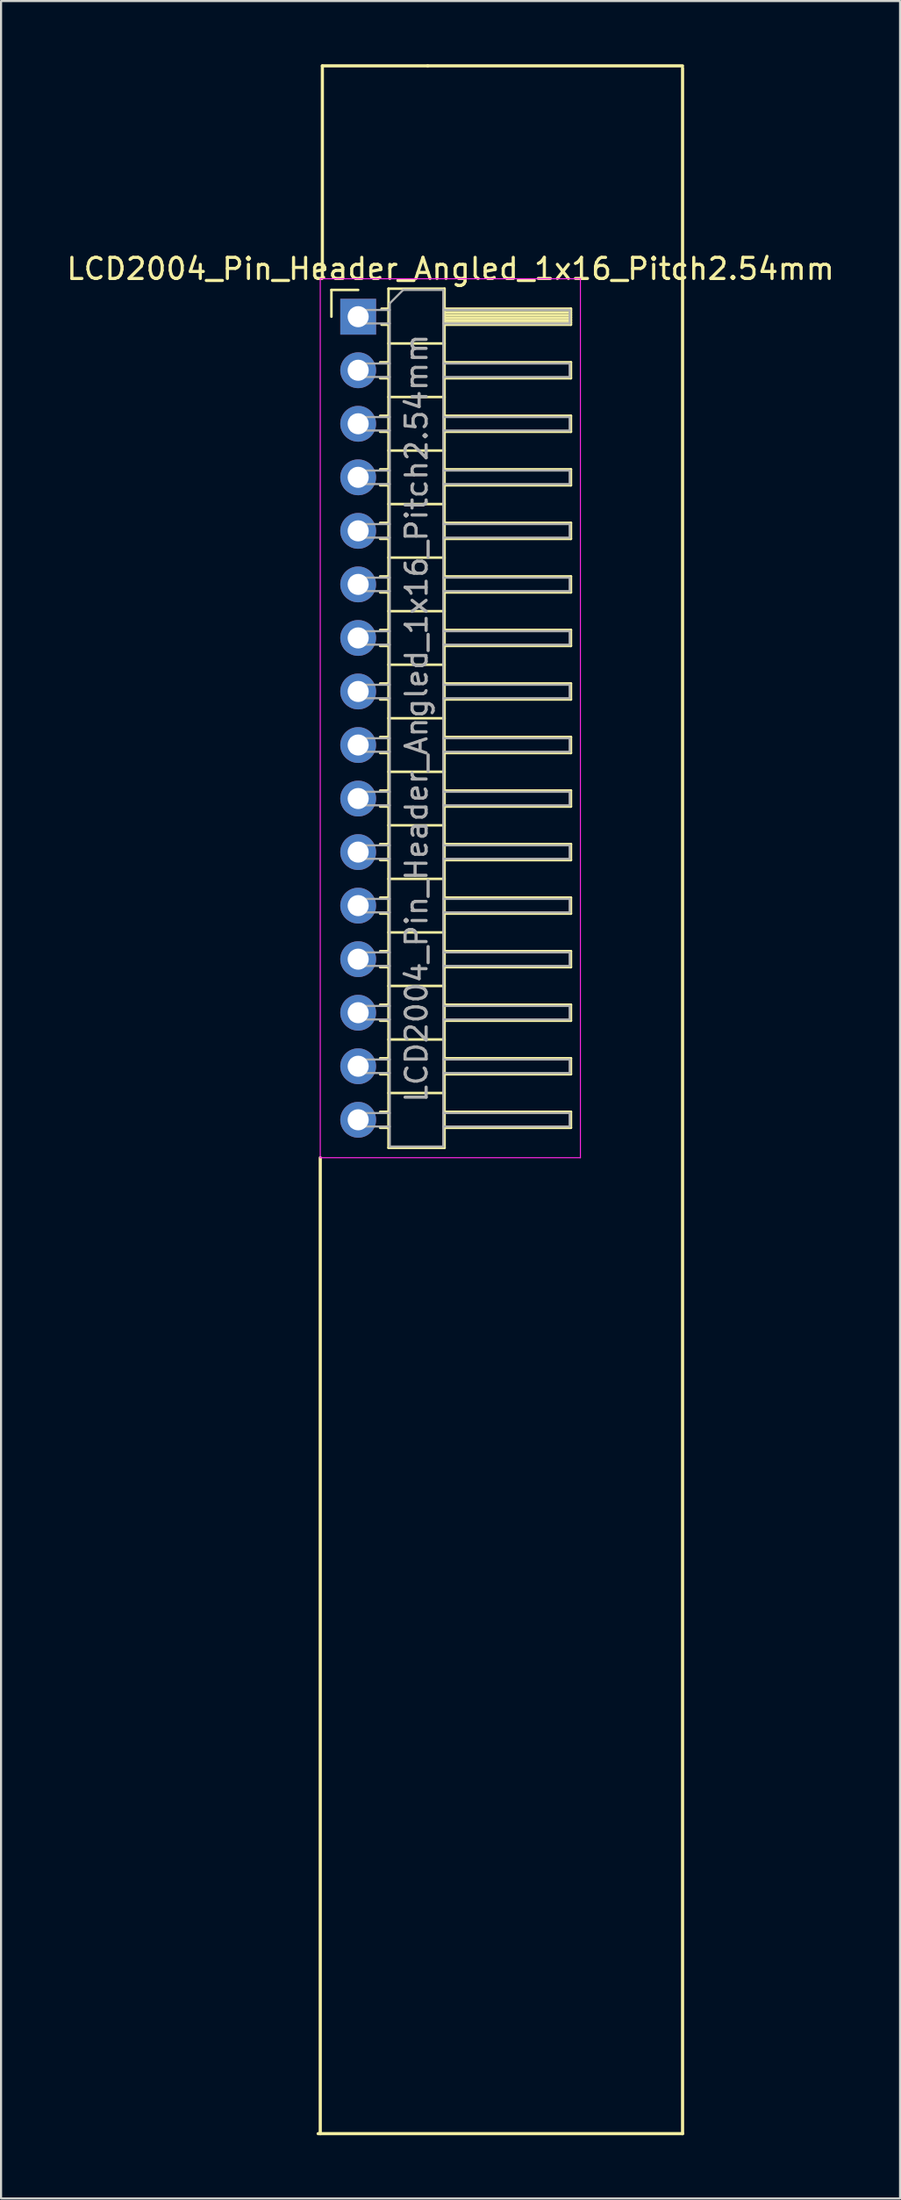
<source format=kicad_pcb>
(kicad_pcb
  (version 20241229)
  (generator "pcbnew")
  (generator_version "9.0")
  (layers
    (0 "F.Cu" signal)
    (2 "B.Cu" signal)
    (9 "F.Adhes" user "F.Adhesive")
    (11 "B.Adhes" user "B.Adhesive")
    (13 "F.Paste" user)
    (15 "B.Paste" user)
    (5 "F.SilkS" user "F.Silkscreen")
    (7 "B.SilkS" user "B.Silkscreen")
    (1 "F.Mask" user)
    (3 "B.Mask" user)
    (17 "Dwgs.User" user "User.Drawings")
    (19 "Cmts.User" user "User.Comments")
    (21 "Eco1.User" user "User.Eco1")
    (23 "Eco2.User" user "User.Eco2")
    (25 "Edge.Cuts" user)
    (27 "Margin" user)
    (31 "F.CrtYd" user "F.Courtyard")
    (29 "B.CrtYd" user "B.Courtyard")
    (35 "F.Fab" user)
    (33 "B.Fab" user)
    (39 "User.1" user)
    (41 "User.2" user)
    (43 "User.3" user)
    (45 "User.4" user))
  (footprint "LCD2004_Pin_Header_Angled_1x16_Pitch2.54mm"
    (layer "F.Cu")
    (at 13.954 11.975)
    (property "Reference" "LCD2004_Pin_Header_Angled_1x16_Pitch2.54mm" (at 4.385 -2.27 0) (layer "F.SilkS") (effects (font (size 1 1) (thickness 0.15))))
    (attr through_hole)
    (fp_line (start -1.8 86.2) (end -1.8 39.9) (stroke (width 0.15) (type solid)) (layer "F.SilkS"))
    (fp_line (start -1.7 -11.9) (end 3.3 -11.9) (stroke (width 0.15) (type solid)) (layer "F.SilkS"))
    (fp_line (start -1.7 -1.9) (end -1.7 -11.9) (stroke (width 0.15) (type solid)) (layer "F.SilkS"))
    (fp_line (start -1.27 -1.27) (end 0 -1.27) (stroke (width 0.12) (type solid)) (layer "F.SilkS"))
    (fp_line (start -1.27 0) (end -1.27 -1.27) (stroke (width 0.12) (type solid)) (layer "F.SilkS"))
    (fp_line (start 1.043 2.16) (end 1.44 2.16) (stroke (width 0.12) (type solid)) (layer "F.SilkS"))
    (fp_line (start 1.043 2.92) (end 1.44 2.92) (stroke (width 0.12) (type solid)) (layer "F.SilkS"))
    (fp_line (start 1.043 4.7) (end 1.44 4.7) (stroke (width 0.12) (type solid)) (layer "F.SilkS"))
    (fp_line (start 1.043 5.46) (end 1.44 5.46) (stroke (width 0.12) (type solid)) (layer "F.SilkS"))
    (fp_line (start 1.043 7.24) (end 1.44 7.24) (stroke (width 0.12) (type solid)) (layer "F.SilkS"))
    (fp_line (start 1.043 8) (end 1.44 8) (stroke (width 0.12) (type solid)) (layer "F.SilkS"))
    (fp_line (start 1.043 9.78) (end 1.44 9.78) (stroke (width 0.12) (type solid)) (layer "F.SilkS"))
    (fp_line (start 1.043 10.54) (end 1.44 10.54) (stroke (width 0.12) (type solid)) (layer "F.SilkS"))
    (fp_line (start 1.043 12.32) (end 1.44 12.32) (stroke (width 0.12) (type solid)) (layer "F.SilkS"))
    (fp_line (start 1.043 13.08) (end 1.44 13.08) (stroke (width 0.12) (type solid)) (layer "F.SilkS"))
    (fp_line (start 1.043 14.86) (end 1.44 14.86) (stroke (width 0.12) (type solid)) (layer "F.SilkS"))
    (fp_line (start 1.043 15.62) (end 1.44 15.62) (stroke (width 0.12) (type solid)) (layer "F.SilkS"))
    (fp_line (start 1.043 17.4) (end 1.44 17.4) (stroke (width 0.12) (type solid)) (layer "F.SilkS"))
    (fp_line (start 1.043 18.16) (end 1.44 18.16) (stroke (width 0.12) (type solid)) (layer "F.SilkS"))
    (fp_line (start 1.043 19.94) (end 1.44 19.94) (stroke (width 0.12) (type solid)) (layer "F.SilkS"))
    (fp_line (start 1.043 20.7) (end 1.44 20.7) (stroke (width 0.12) (type solid)) (layer "F.SilkS"))
    (fp_line (start 1.043 22.48) (end 1.44 22.48) (stroke (width 0.12) (type solid)) (layer "F.SilkS"))
    (fp_line (start 1.043 23.24) (end 1.44 23.24) (stroke (width 0.12) (type solid)) (layer "F.SilkS"))
    (fp_line (start 1.043 25.02) (end 1.44 25.02) (stroke (width 0.12) (type solid)) (layer "F.SilkS"))
    (fp_line (start 1.043 25.78) (end 1.44 25.78) (stroke (width 0.12) (type solid)) (layer "F.SilkS"))
    (fp_line (start 1.043 27.56) (end 1.44 27.56) (stroke (width 0.12) (type solid)) (layer "F.SilkS"))
    (fp_line (start 1.043 28.32) (end 1.44 28.32) (stroke (width 0.12) (type solid)) (layer "F.SilkS"))
    (fp_line (start 1.043 30.1) (end 1.44 30.1) (stroke (width 0.12) (type solid)) (layer "F.SilkS"))
    (fp_line (start 1.043 30.86) (end 1.44 30.86) (stroke (width 0.12) (type solid)) (layer "F.SilkS"))
    (fp_line (start 1.043 32.64) (end 1.44 32.64) (stroke (width 0.12) (type solid)) (layer "F.SilkS"))
    (fp_line (start 1.043 33.4) (end 1.44 33.4) (stroke (width 0.12) (type solid)) (layer "F.SilkS"))
    (fp_line (start 1.043 35.18) (end 1.44 35.18) (stroke (width 0.12) (type solid)) (layer "F.SilkS"))
    (fp_line (start 1.043 35.94) (end 1.44 35.94) (stroke (width 0.12) (type solid)) (layer "F.SilkS"))
    (fp_line (start 1.043 37.72) (end 1.44 37.72) (stroke (width 0.12) (type solid)) (layer "F.SilkS"))
    (fp_line (start 1.043 38.48) (end 1.44 38.48) (stroke (width 0.12) (type solid)) (layer "F.SilkS"))
    (fp_line (start 1.11 -0.38) (end 1.44 -0.38) (stroke (width 0.12) (type solid)) (layer "F.SilkS"))
    (fp_line (start 1.11 0.38) (end 1.44 0.38) (stroke (width 0.12) (type solid)) (layer "F.SilkS"))
    (fp_line (start 1.44 -1.33) (end 1.44 39.43) (stroke (width 0.12) (type solid)) (layer "F.SilkS"))
    (fp_line (start 1.44 1.27) (end 4.1 1.27) (stroke (width 0.12) (type solid)) (layer "F.SilkS"))
    (fp_line (start 1.44 3.81) (end 4.1 3.81) (stroke (width 0.12) (type solid)) (layer "F.SilkS"))
    (fp_line (start 1.44 6.35) (end 4.1 6.35) (stroke (width 0.12) (type solid)) (layer "F.SilkS"))
    (fp_line (start 1.44 8.89) (end 4.1 8.89) (stroke (width 0.12) (type solid)) (layer "F.SilkS"))
    (fp_line (start 1.44 11.43) (end 4.1 11.43) (stroke (width 0.12) (type solid)) (layer "F.SilkS"))
    (fp_line (start 1.44 13.97) (end 4.1 13.97) (stroke (width 0.12) (type solid)) (layer "F.SilkS"))
    (fp_line (start 1.44 16.51) (end 4.1 16.51) (stroke (width 0.12) (type solid)) (layer "F.SilkS"))
    (fp_line (start 1.44 19.05) (end 4.1 19.05) (stroke (width 0.12) (type solid)) (layer "F.SilkS"))
    (fp_line (start 1.44 21.59) (end 4.1 21.59) (stroke (width 0.12) (type solid)) (layer "F.SilkS"))
    (fp_line (start 1.44 24.13) (end 4.1 24.13) (stroke (width 0.12) (type solid)) (layer "F.SilkS"))
    (fp_line (start 1.44 26.67) (end 4.1 26.67) (stroke (width 0.12) (type solid)) (layer "F.SilkS"))
    (fp_line (start 1.44 29.21) (end 4.1 29.21) (stroke (width 0.12) (type solid)) (layer "F.SilkS"))
    (fp_line (start 1.44 31.75) (end 4.1 31.75) (stroke (width 0.12) (type solid)) (layer "F.SilkS"))
    (fp_line (start 1.44 34.29) (end 4.1 34.29) (stroke (width 0.12) (type solid)) (layer "F.SilkS"))
    (fp_line (start 1.44 36.83) (end 4.1 36.83) (stroke (width 0.12) (type solid)) (layer "F.SilkS"))
    (fp_line (start 1.44 39.43) (end 4.1 39.43) (stroke (width 0.12) (type solid)) (layer "F.SilkS"))
    (fp_line (start 3.3 -11.9) (end 15.4 -11.9) (stroke (width 0.15) (type solid)) (layer "F.SilkS"))
    (fp_line (start 4.1 -1.33) (end 1.44 -1.33) (stroke (width 0.12) (type solid)) (layer "F.SilkS"))
    (fp_line (start 4.1 -0.38) (end 10.1 -0.38) (stroke (width 0.12) (type solid)) (layer "F.SilkS"))
    (fp_line (start 4.1 -0.32) (end 10.1 -0.32) (stroke (width 0.12) (type solid)) (layer "F.SilkS"))
    (fp_line (start 4.1 -0.2) (end 10.1 -0.2) (stroke (width 0.12) (type solid)) (layer "F.SilkS"))
    (fp_line (start 4.1 -0.08) (end 10.1 -0.08) (stroke (width 0.12) (type solid)) (layer "F.SilkS"))
    (fp_line (start 4.1 0.04) (end 10.1 0.04) (stroke (width 0.12) (type solid)) (layer "F.SilkS"))
    (fp_line (start 4.1 0.16) (end 10.1 0.16) (stroke (width 0.12) (type solid)) (layer "F.SilkS"))
    (fp_line (start 4.1 0.28) (end 10.1 0.28) (stroke (width 0.12) (type solid)) (layer "F.SilkS"))
    (fp_line (start 4.1 2.16) (end 10.1 2.16) (stroke (width 0.12) (type solid)) (layer "F.SilkS"))
    (fp_line (start 4.1 4.7) (end 10.1 4.7) (stroke (width 0.12) (type solid)) (layer "F.SilkS"))
    (fp_line (start 4.1 7.24) (end 10.1 7.24) (stroke (width 0.12) (type solid)) (layer "F.SilkS"))
    (fp_line (start 4.1 9.78) (end 10.1 9.78) (stroke (width 0.12) (type solid)) (layer "F.SilkS"))
    (fp_line (start 4.1 12.32) (end 10.1 12.32) (stroke (width 0.12) (type solid)) (layer "F.SilkS"))
    (fp_line (start 4.1 14.86) (end 10.1 14.86) (stroke (width 0.12) (type solid)) (layer "F.SilkS"))
    (fp_line (start 4.1 17.4) (end 10.1 17.4) (stroke (width 0.12) (type solid)) (layer "F.SilkS"))
    (fp_line (start 4.1 19.94) (end 10.1 19.94) (stroke (width 0.12) (type solid)) (layer "F.SilkS"))
    (fp_line (start 4.1 22.48) (end 10.1 22.48) (stroke (width 0.12) (type solid)) (layer "F.SilkS"))
    (fp_line (start 4.1 25.02) (end 10.1 25.02) (stroke (width 0.12) (type solid)) (layer "F.SilkS"))
    (fp_line (start 4.1 27.56) (end 10.1 27.56) (stroke (width 0.12) (type solid)) (layer "F.SilkS"))
    (fp_line (start 4.1 30.1) (end 10.1 30.1) (stroke (width 0.12) (type solid)) (layer "F.SilkS"))
    (fp_line (start 4.1 32.64) (end 10.1 32.64) (stroke (width 0.12) (type solid)) (layer "F.SilkS"))
    (fp_line (start 4.1 35.18) (end 10.1 35.18) (stroke (width 0.12) (type solid)) (layer "F.SilkS"))
    (fp_line (start 4.1 37.72) (end 10.1 37.72) (stroke (width 0.12) (type solid)) (layer "F.SilkS"))
    (fp_line (start 4.1 39.43) (end 4.1 -1.33) (stroke (width 0.12) (type solid)) (layer "F.SilkS"))
    (fp_line (start 10.1 -0.38) (end 10.1 0.38) (stroke (width 0.12) (type solid)) (layer "F.SilkS"))
    (fp_line (start 10.1 0.38) (end 4.1 0.38) (stroke (width 0.12) (type solid)) (layer "F.SilkS"))
    (fp_line (start 10.1 2.16) (end 10.1 2.92) (stroke (width 0.12) (type solid)) (layer "F.SilkS"))
    (fp_line (start 10.1 2.92) (end 4.1 2.92) (stroke (width 0.12) (type solid)) (layer "F.SilkS"))
    (fp_line (start 10.1 4.7) (end 10.1 5.46) (stroke (width 0.12) (type solid)) (layer "F.SilkS"))
    (fp_line (start 10.1 5.46) (end 4.1 5.46) (stroke (width 0.12) (type solid)) (layer "F.SilkS"))
    (fp_line (start 10.1 7.24) (end 10.1 8) (stroke (width 0.12) (type solid)) (layer "F.SilkS"))
    (fp_line (start 10.1 8) (end 4.1 8) (stroke (width 0.12) (type solid)) (layer "F.SilkS"))
    (fp_line (start 10.1 9.78) (end 10.1 10.54) (stroke (width 0.12) (type solid)) (layer "F.SilkS"))
    (fp_line (start 10.1 10.54) (end 4.1 10.54) (stroke (width 0.12) (type solid)) (layer "F.SilkS"))
    (fp_line (start 10.1 12.32) (end 10.1 13.08) (stroke (width 0.12) (type solid)) (layer "F.SilkS"))
    (fp_line (start 10.1 13.08) (end 4.1 13.08) (stroke (width 0.12) (type solid)) (layer "F.SilkS"))
    (fp_line (start 10.1 14.86) (end 10.1 15.62) (stroke (width 0.12) (type solid)) (layer "F.SilkS"))
    (fp_line (start 10.1 15.62) (end 4.1 15.62) (stroke (width 0.12) (type solid)) (layer "F.SilkS"))
    (fp_line (start 10.1 17.4) (end 10.1 18.16) (stroke (width 0.12) (type solid)) (layer "F.SilkS"))
    (fp_line (start 10.1 18.16) (end 4.1 18.16) (stroke (width 0.12) (type solid)) (layer "F.SilkS"))
    (fp_line (start 10.1 19.94) (end 10.1 20.7) (stroke (width 0.12) (type solid)) (layer "F.SilkS"))
    (fp_line (start 10.1 20.7) (end 4.1 20.7) (stroke (width 0.12) (type solid)) (layer "F.SilkS"))
    (fp_line (start 10.1 22.48) (end 10.1 23.24) (stroke (width 0.12) (type solid)) (layer "F.SilkS"))
    (fp_line (start 10.1 23.24) (end 4.1 23.24) (stroke (width 0.12) (type solid)) (layer "F.SilkS"))
    (fp_line (start 10.1 25.02) (end 10.1 25.78) (stroke (width 0.12) (type solid)) (layer "F.SilkS"))
    (fp_line (start 10.1 25.78) (end 4.1 25.78) (stroke (width 0.12) (type solid)) (layer "F.SilkS"))
    (fp_line (start 10.1 27.56) (end 10.1 28.32) (stroke (width 0.12) (type solid)) (layer "F.SilkS"))
    (fp_line (start 10.1 28.32) (end 4.1 28.32) (stroke (width 0.12) (type solid)) (layer "F.SilkS"))
    (fp_line (start 10.1 30.1) (end 10.1 30.86) (stroke (width 0.12) (type solid)) (layer "F.SilkS"))
    (fp_line (start 10.1 30.86) (end 4.1 30.86) (stroke (width 0.12) (type solid)) (layer "F.SilkS"))
    (fp_line (start 10.1 32.64) (end 10.1 33.4) (stroke (width 0.12) (type solid)) (layer "F.SilkS"))
    (fp_line (start 10.1 33.4) (end 4.1 33.4) (stroke (width 0.12) (type solid)) (layer "F.SilkS"))
    (fp_line (start 10.1 35.18) (end 10.1 35.94) (stroke (width 0.12) (type solid)) (layer "F.SilkS"))
    (fp_line (start 10.1 35.94) (end 4.1 35.94) (stroke (width 0.12) (type solid)) (layer "F.SilkS"))
    (fp_line (start 10.1 37.72) (end 10.1 38.48) (stroke (width 0.12) (type solid)) (layer "F.SilkS"))
    (fp_line (start 10.1 38.48) (end 4.1 38.48) (stroke (width 0.12) (type solid)) (layer "F.SilkS"))
    (fp_line (start 15.4 -11.8) (end 15.4 86.2) (stroke (width 0.15) (type solid)) (layer "F.SilkS"))
    (fp_line (start 15.4 86.2) (end -1.9 86.2) (stroke (width 0.15) (type solid)) (layer "F.SilkS"))
    (fp_line (start -1.8 -1.8) (end -1.8 39.9) (stroke (width 0.05) (type solid)) (layer "F.CrtYd"))
    (fp_line (start -1.8 39.9) (end 10.55 39.9) (stroke (width 0.05) (type solid)) (layer "F.CrtYd"))
    (fp_line (start 10.55 -1.8) (end -1.8 -1.8) (stroke (width 0.05) (type solid)) (layer "F.CrtYd"))
    (fp_line (start 10.55 39.9) (end 10.55 -1.8) (stroke (width 0.05) (type solid)) (layer "F.CrtYd"))
    (fp_line (start -0.32 -0.32) (end -0.32 0.32) (stroke (width 0.1) (type solid)) (layer "F.Fab"))
    (fp_line (start -0.32 -0.32) (end 1.5 -0.32) (stroke (width 0.1) (type solid)) (layer "F.Fab"))
    (fp_line (start -0.32 0.32) (end 1.5 0.32) (stroke (width 0.1) (type solid)) (layer "F.Fab"))
    (fp_line (start -0.32 2.22) (end -0.32 2.86) (stroke (width 0.1) (type solid)) (layer "F.Fab"))
    (fp_line (start -0.32 2.22) (end 1.5 2.22) (stroke (width 0.1) (type solid)) (layer "F.Fab"))
    (fp_line (start -0.32 2.86) (end 1.5 2.86) (stroke (width 0.1) (type solid)) (layer "F.Fab"))
    (fp_line (start -0.32 4.76) (end -0.32 5.4) (stroke (width 0.1) (type solid)) (layer "F.Fab"))
    (fp_line (start -0.32 4.76) (end 1.5 4.76) (stroke (width 0.1) (type solid)) (layer "F.Fab"))
    (fp_line (start -0.32 5.4) (end 1.5 5.4) (stroke (width 0.1) (type solid)) (layer "F.Fab"))
    (fp_line (start -0.32 7.3) (end -0.32 7.94) (stroke (width 0.1) (type solid)) (layer "F.Fab"))
    (fp_line (start -0.32 7.3) (end 1.5 7.3) (stroke (width 0.1) (type solid)) (layer "F.Fab"))
    (fp_line (start -0.32 7.94) (end 1.5 7.94) (stroke (width 0.1) (type solid)) (layer "F.Fab"))
    (fp_line (start -0.32 9.84) (end -0.32 10.48) (stroke (width 0.1) (type solid)) (layer "F.Fab"))
    (fp_line (start -0.32 9.84) (end 1.5 9.84) (stroke (width 0.1) (type solid)) (layer "F.Fab"))
    (fp_line (start -0.32 10.48) (end 1.5 10.48) (stroke (width 0.1) (type solid)) (layer "F.Fab"))
    (fp_line (start -0.32 12.38) (end -0.32 13.02) (stroke (width 0.1) (type solid)) (layer "F.Fab"))
    (fp_line (start -0.32 12.38) (end 1.5 12.38) (stroke (width 0.1) (type solid)) (layer "F.Fab"))
    (fp_line (start -0.32 13.02) (end 1.5 13.02) (stroke (width 0.1) (type solid)) (layer "F.Fab"))
    (fp_line (start -0.32 14.92) (end -0.32 15.56) (stroke (width 0.1) (type solid)) (layer "F.Fab"))
    (fp_line (start -0.32 14.92) (end 1.5 14.92) (stroke (width 0.1) (type solid)) (layer "F.Fab"))
    (fp_line (start -0.32 15.56) (end 1.5 15.56) (stroke (width 0.1) (type solid)) (layer "F.Fab"))
    (fp_line (start -0.32 17.46) (end -0.32 18.1) (stroke (width 0.1) (type solid)) (layer "F.Fab"))
    (fp_line (start -0.32 17.46) (end 1.5 17.46) (stroke (width 0.1) (type solid)) (layer "F.Fab"))
    (fp_line (start -0.32 18.1) (end 1.5 18.1) (stroke (width 0.1) (type solid)) (layer "F.Fab"))
    (fp_line (start -0.32 20) (end -0.32 20.64) (stroke (width 0.1) (type solid)) (layer "F.Fab"))
    (fp_line (start -0.32 20) (end 1.5 20) (stroke (width 0.1) (type solid)) (layer "F.Fab"))
    (fp_line (start -0.32 20.64) (end 1.5 20.64) (stroke (width 0.1) (type solid)) (layer "F.Fab"))
    (fp_line (start -0.32 22.54) (end -0.32 23.18) (stroke (width 0.1) (type solid)) (layer "F.Fab"))
    (fp_line (start -0.32 22.54) (end 1.5 22.54) (stroke (width 0.1) (type solid)) (layer "F.Fab"))
    (fp_line (start -0.32 23.18) (end 1.5 23.18) (stroke (width 0.1) (type solid)) (layer "F.Fab"))
    (fp_line (start -0.32 25.08) (end -0.32 25.72) (stroke (width 0.1) (type solid)) (layer "F.Fab"))
    (fp_line (start -0.32 25.08) (end 1.5 25.08) (stroke (width 0.1) (type solid)) (layer "F.Fab"))
    (fp_line (start -0.32 25.72) (end 1.5 25.72) (stroke (width 0.1) (type solid)) (layer "F.Fab"))
    (fp_line (start -0.32 27.62) (end -0.32 28.26) (stroke (width 0.1) (type solid)) (layer "F.Fab"))
    (fp_line (start -0.32 27.62) (end 1.5 27.62) (stroke (width 0.1) (type solid)) (layer "F.Fab"))
    (fp_line (start -0.32 28.26) (end 1.5 28.26) (stroke (width 0.1) (type solid)) (layer "F.Fab"))
    (fp_line (start -0.32 30.16) (end -0.32 30.8) (stroke (width 0.1) (type solid)) (layer "F.Fab"))
    (fp_line (start -0.32 30.16) (end 1.5 30.16) (stroke (width 0.1) (type solid)) (layer "F.Fab"))
    (fp_line (start -0.32 30.8) (end 1.5 30.8) (stroke (width 0.1) (type solid)) (layer "F.Fab"))
    (fp_line (start -0.32 32.7) (end -0.32 33.34) (stroke (width 0.1) (type solid)) (layer "F.Fab"))
    (fp_line (start -0.32 32.7) (end 1.5 32.7) (stroke (width 0.1) (type solid)) (layer "F.Fab"))
    (fp_line (start -0.32 33.34) (end 1.5 33.34) (stroke (width 0.1) (type solid)) (layer "F.Fab"))
    (fp_line (start -0.32 35.24) (end -0.32 35.88) (stroke (width 0.1) (type solid)) (layer "F.Fab"))
    (fp_line (start -0.32 35.24) (end 1.5 35.24) (stroke (width 0.1) (type solid)) (layer "F.Fab"))
    (fp_line (start -0.32 35.88) (end 1.5 35.88) (stroke (width 0.1) (type solid)) (layer "F.Fab"))
    (fp_line (start -0.32 37.78) (end -0.32 38.42) (stroke (width 0.1) (type solid)) (layer "F.Fab"))
    (fp_line (start -0.32 37.78) (end 1.5 37.78) (stroke (width 0.1) (type solid)) (layer "F.Fab"))
    (fp_line (start -0.32 38.42) (end 1.5 38.42) (stroke (width 0.1) (type solid)) (layer "F.Fab"))
    (fp_line (start 1.5 -0.635) (end 2.135 -1.27) (stroke (width 0.1) (type solid)) (layer "F.Fab"))
    (fp_line (start 1.5 39.37) (end 1.5 -0.635) (stroke (width 0.1) (type solid)) (layer "F.Fab"))
    (fp_line (start 2.135 -1.27) (end 4.04 -1.27) (stroke (width 0.1) (type solid)) (layer "F.Fab"))
    (fp_line (start 4.04 -1.27) (end 4.04 39.37) (stroke (width 0.1) (type solid)) (layer "F.Fab"))
    (fp_line (start 4.04 -0.32) (end 10.04 -0.32) (stroke (width 0.1) (type solid)) (layer "F.Fab"))
    (fp_line (start 4.04 0.32) (end 10.04 0.32) (stroke (width 0.1) (type solid)) (layer "F.Fab"))
    (fp_line (start 4.04 2.22) (end 10.04 2.22) (stroke (width 0.1) (type solid)) (layer "F.Fab"))
    (fp_line (start 4.04 2.86) (end 10.04 2.86) (stroke (width 0.1) (type solid)) (layer "F.Fab"))
    (fp_line (start 4.04 4.76) (end 10.04 4.76) (stroke (width 0.1) (type solid)) (layer "F.Fab"))
    (fp_line (start 4.04 5.4) (end 10.04 5.4) (stroke (width 0.1) (type solid)) (layer "F.Fab"))
    (fp_line (start 4.04 7.3) (end 10.04 7.3) (stroke (width 0.1) (type solid)) (layer "F.Fab"))
    (fp_line (start 4.04 7.94) (end 10.04 7.94) (stroke (width 0.1) (type solid)) (layer "F.Fab"))
    (fp_line (start 4.04 9.84) (end 10.04 9.84) (stroke (width 0.1) (type solid)) (layer "F.Fab"))
    (fp_line (start 4.04 10.48) (end 10.04 10.48) (stroke (width 0.1) (type solid)) (layer "F.Fab"))
    (fp_line (start 4.04 12.38) (end 10.04 12.38) (stroke (width 0.1) (type solid)) (layer "F.Fab"))
    (fp_line (start 4.04 13.02) (end 10.04 13.02) (stroke (width 0.1) (type solid)) (layer "F.Fab"))
    (fp_line (start 4.04 14.92) (end 10.04 14.92) (stroke (width 0.1) (type solid)) (layer "F.Fab"))
    (fp_line (start 4.04 15.56) (end 10.04 15.56) (stroke (width 0.1) (type solid)) (layer "F.Fab"))
    (fp_line (start 4.04 17.46) (end 10.04 17.46) (stroke (width 0.1) (type solid)) (layer "F.Fab"))
    (fp_line (start 4.04 18.1) (end 10.04 18.1) (stroke (width 0.1) (type solid)) (layer "F.Fab"))
    (fp_line (start 4.04 20) (end 10.04 20) (stroke (width 0.1) (type solid)) (layer "F.Fab"))
    (fp_line (start 4.04 20.64) (end 10.04 20.64) (stroke (width 0.1) (type solid)) (layer "F.Fab"))
    (fp_line (start 4.04 22.54) (end 10.04 22.54) (stroke (width 0.1) (type solid)) (layer "F.Fab"))
    (fp_line (start 4.04 23.18) (end 10.04 23.18) (stroke (width 0.1) (type solid)) (layer "F.Fab"))
    (fp_line (start 4.04 25.08) (end 10.04 25.08) (stroke (width 0.1) (type solid)) (layer "F.Fab"))
    (fp_line (start 4.04 25.72) (end 10.04 25.72) (stroke (width 0.1) (type solid)) (layer "F.Fab"))
    (fp_line (start 4.04 27.62) (end 10.04 27.62) (stroke (width 0.1) (type solid)) (layer "F.Fab"))
    (fp_line (start 4.04 28.26) (end 10.04 28.26) (stroke (width 0.1) (type solid)) (layer "F.Fab"))
    (fp_line (start 4.04 30.16) (end 10.04 30.16) (stroke (width 0.1) (type solid)) (layer "F.Fab"))
    (fp_line (start 4.04 30.8) (end 10.04 30.8) (stroke (width 0.1) (type solid)) (layer "F.Fab"))
    (fp_line (start 4.04 32.7) (end 10.04 32.7) (stroke (width 0.1) (type solid)) (layer "F.Fab"))
    (fp_line (start 4.04 33.34) (end 10.04 33.34) (stroke (width 0.1) (type solid)) (layer "F.Fab"))
    (fp_line (start 4.04 35.24) (end 10.04 35.24) (stroke (width 0.1) (type solid)) (layer "F.Fab"))
    (fp_line (start 4.04 35.88) (end 10.04 35.88) (stroke (width 0.1) (type solid)) (layer "F.Fab"))
    (fp_line (start 4.04 37.78) (end 10.04 37.78) (stroke (width 0.1) (type solid)) (layer "F.Fab"))
    (fp_line (start 4.04 38.42) (end 10.04 38.42) (stroke (width 0.1) (type solid)) (layer "F.Fab"))
    (fp_line (start 4.04 39.37) (end 1.5 39.37) (stroke (width 0.1) (type solid)) (layer "F.Fab"))
    (fp_line (start 10.04 -0.32) (end 10.04 0.32) (stroke (width 0.1) (type solid)) (layer "F.Fab"))
    (fp_line (start 10.04 2.22) (end 10.04 2.86) (stroke (width 0.1) (type solid)) (layer "F.Fab"))
    (fp_line (start 10.04 4.76) (end 10.04 5.4) (stroke (width 0.1) (type solid)) (layer "F.Fab"))
    (fp_line (start 10.04 7.3) (end 10.04 7.94) (stroke (width 0.1) (type solid)) (layer "F.Fab"))
    (fp_line (start 10.04 9.84) (end 10.04 10.48) (stroke (width 0.1) (type solid)) (layer "F.Fab"))
    (fp_line (start 10.04 12.38) (end 10.04 13.02) (stroke (width 0.1) (type solid)) (layer "F.Fab"))
    (fp_line (start 10.04 14.92) (end 10.04 15.56) (stroke (width 0.1) (type solid)) (layer "F.Fab"))
    (fp_line (start 10.04 17.46) (end 10.04 18.1) (stroke (width 0.1) (type solid)) (layer "F.Fab"))
    (fp_line (start 10.04 20) (end 10.04 20.64) (stroke (width 0.1) (type solid)) (layer "F.Fab"))
    (fp_line (start 10.04 22.54) (end 10.04 23.18) (stroke (width 0.1) (type solid)) (layer "F.Fab"))
    (fp_line (start 10.04 25.08) (end 10.04 25.72) (stroke (width 0.1) (type solid)) (layer "F.Fab"))
    (fp_line (start 10.04 27.62) (end 10.04 28.26) (stroke (width 0.1) (type solid)) (layer "F.Fab"))
    (fp_line (start 10.04 30.16) (end 10.04 30.8) (stroke (width 0.1) (type solid)) (layer "F.Fab"))
    (fp_line (start 10.04 32.7) (end 10.04 33.34) (stroke (width 0.1) (type solid)) (layer "F.Fab"))
    (fp_line (start 10.04 35.24) (end 10.04 35.88) (stroke (width 0.1) (type solid)) (layer "F.Fab"))
    (fp_line (start 10.04 37.78) (end 10.04 38.42) (stroke (width 0.1) (type solid)) (layer "F.Fab"))
    (fp_text user "${REFERENCE}" (at 2.77 19.05 90) (layer "F.Fab") (effects (font (size 1 1) (thickness 0.15))))
    (pad "1" thru_hole rect (at 0 0) (size 1.7 1.7) (drill 1) (layers "*.Cu" "*.Mask"))
    (pad "2" thru_hole oval (at 0 2.54) (size 1.7 1.7) (drill 1) (layers "*.Cu" "*.Mask"))
    (pad "3" thru_hole oval (at 0 5.08) (size 1.7 1.7) (drill 1) (layers "*.Cu" "*.Mask"))
    (pad "4" thru_hole oval (at 0 7.62) (size 1.7 1.7) (drill 1) (layers "*.Cu" "*.Mask"))
    (pad "5" thru_hole oval (at 0 10.16) (size 1.7 1.7) (drill 1) (layers "*.Cu" "*.Mask"))
    (pad "6" thru_hole oval (at 0 12.7) (size 1.7 1.7) (drill 1) (layers "*.Cu" "*.Mask"))
    (pad "7" thru_hole oval (at 0 15.24) (size 1.7 1.7) (drill 1) (layers "*.Cu" "*.Mask"))
    (pad "8" thru_hole oval (at 0 17.78) (size 1.7 1.7) (drill 1) (layers "*.Cu" "*.Mask"))
    (pad "9" thru_hole oval (at 0 20.32) (size 1.7 1.7) (drill 1) (layers "*.Cu" "*.Mask"))
    (pad "10" thru_hole oval (at 0 22.86) (size 1.7 1.7) (drill 1) (layers "*.Cu" "*.Mask"))
    (pad "11" thru_hole oval (at 0 25.4) (size 1.7 1.7) (drill 1) (layers "*.Cu" "*.Mask"))
    (pad "12" thru_hole oval (at 0 27.94) (size 1.7 1.7) (drill 1) (layers "*.Cu" "*.Mask"))
    (pad "13" thru_hole oval (at 0 30.48) (size 1.7 1.7) (drill 1) (layers "*.Cu" "*.Mask"))
    (pad "14" thru_hole oval (at 0 33.02) (size 1.7 1.7) (drill 1) (layers "*.Cu" "*.Mask"))
    (pad "15" thru_hole oval (at 0 35.56) (size 1.7 1.7) (drill 1) (layers "*.Cu" "*.Mask"))
    (pad "16" thru_hole oval (at 0 38.1) (size 1.7 1.7) (drill 1) (layers "*.Cu" "*.Mask")))
  (gr_rect
    (start -3 -3)
    (end 39.679 101.25)
    (stroke (width 0.1) (type default))
    (fill no)
    (layer "Edge.Cuts")))
</source>
